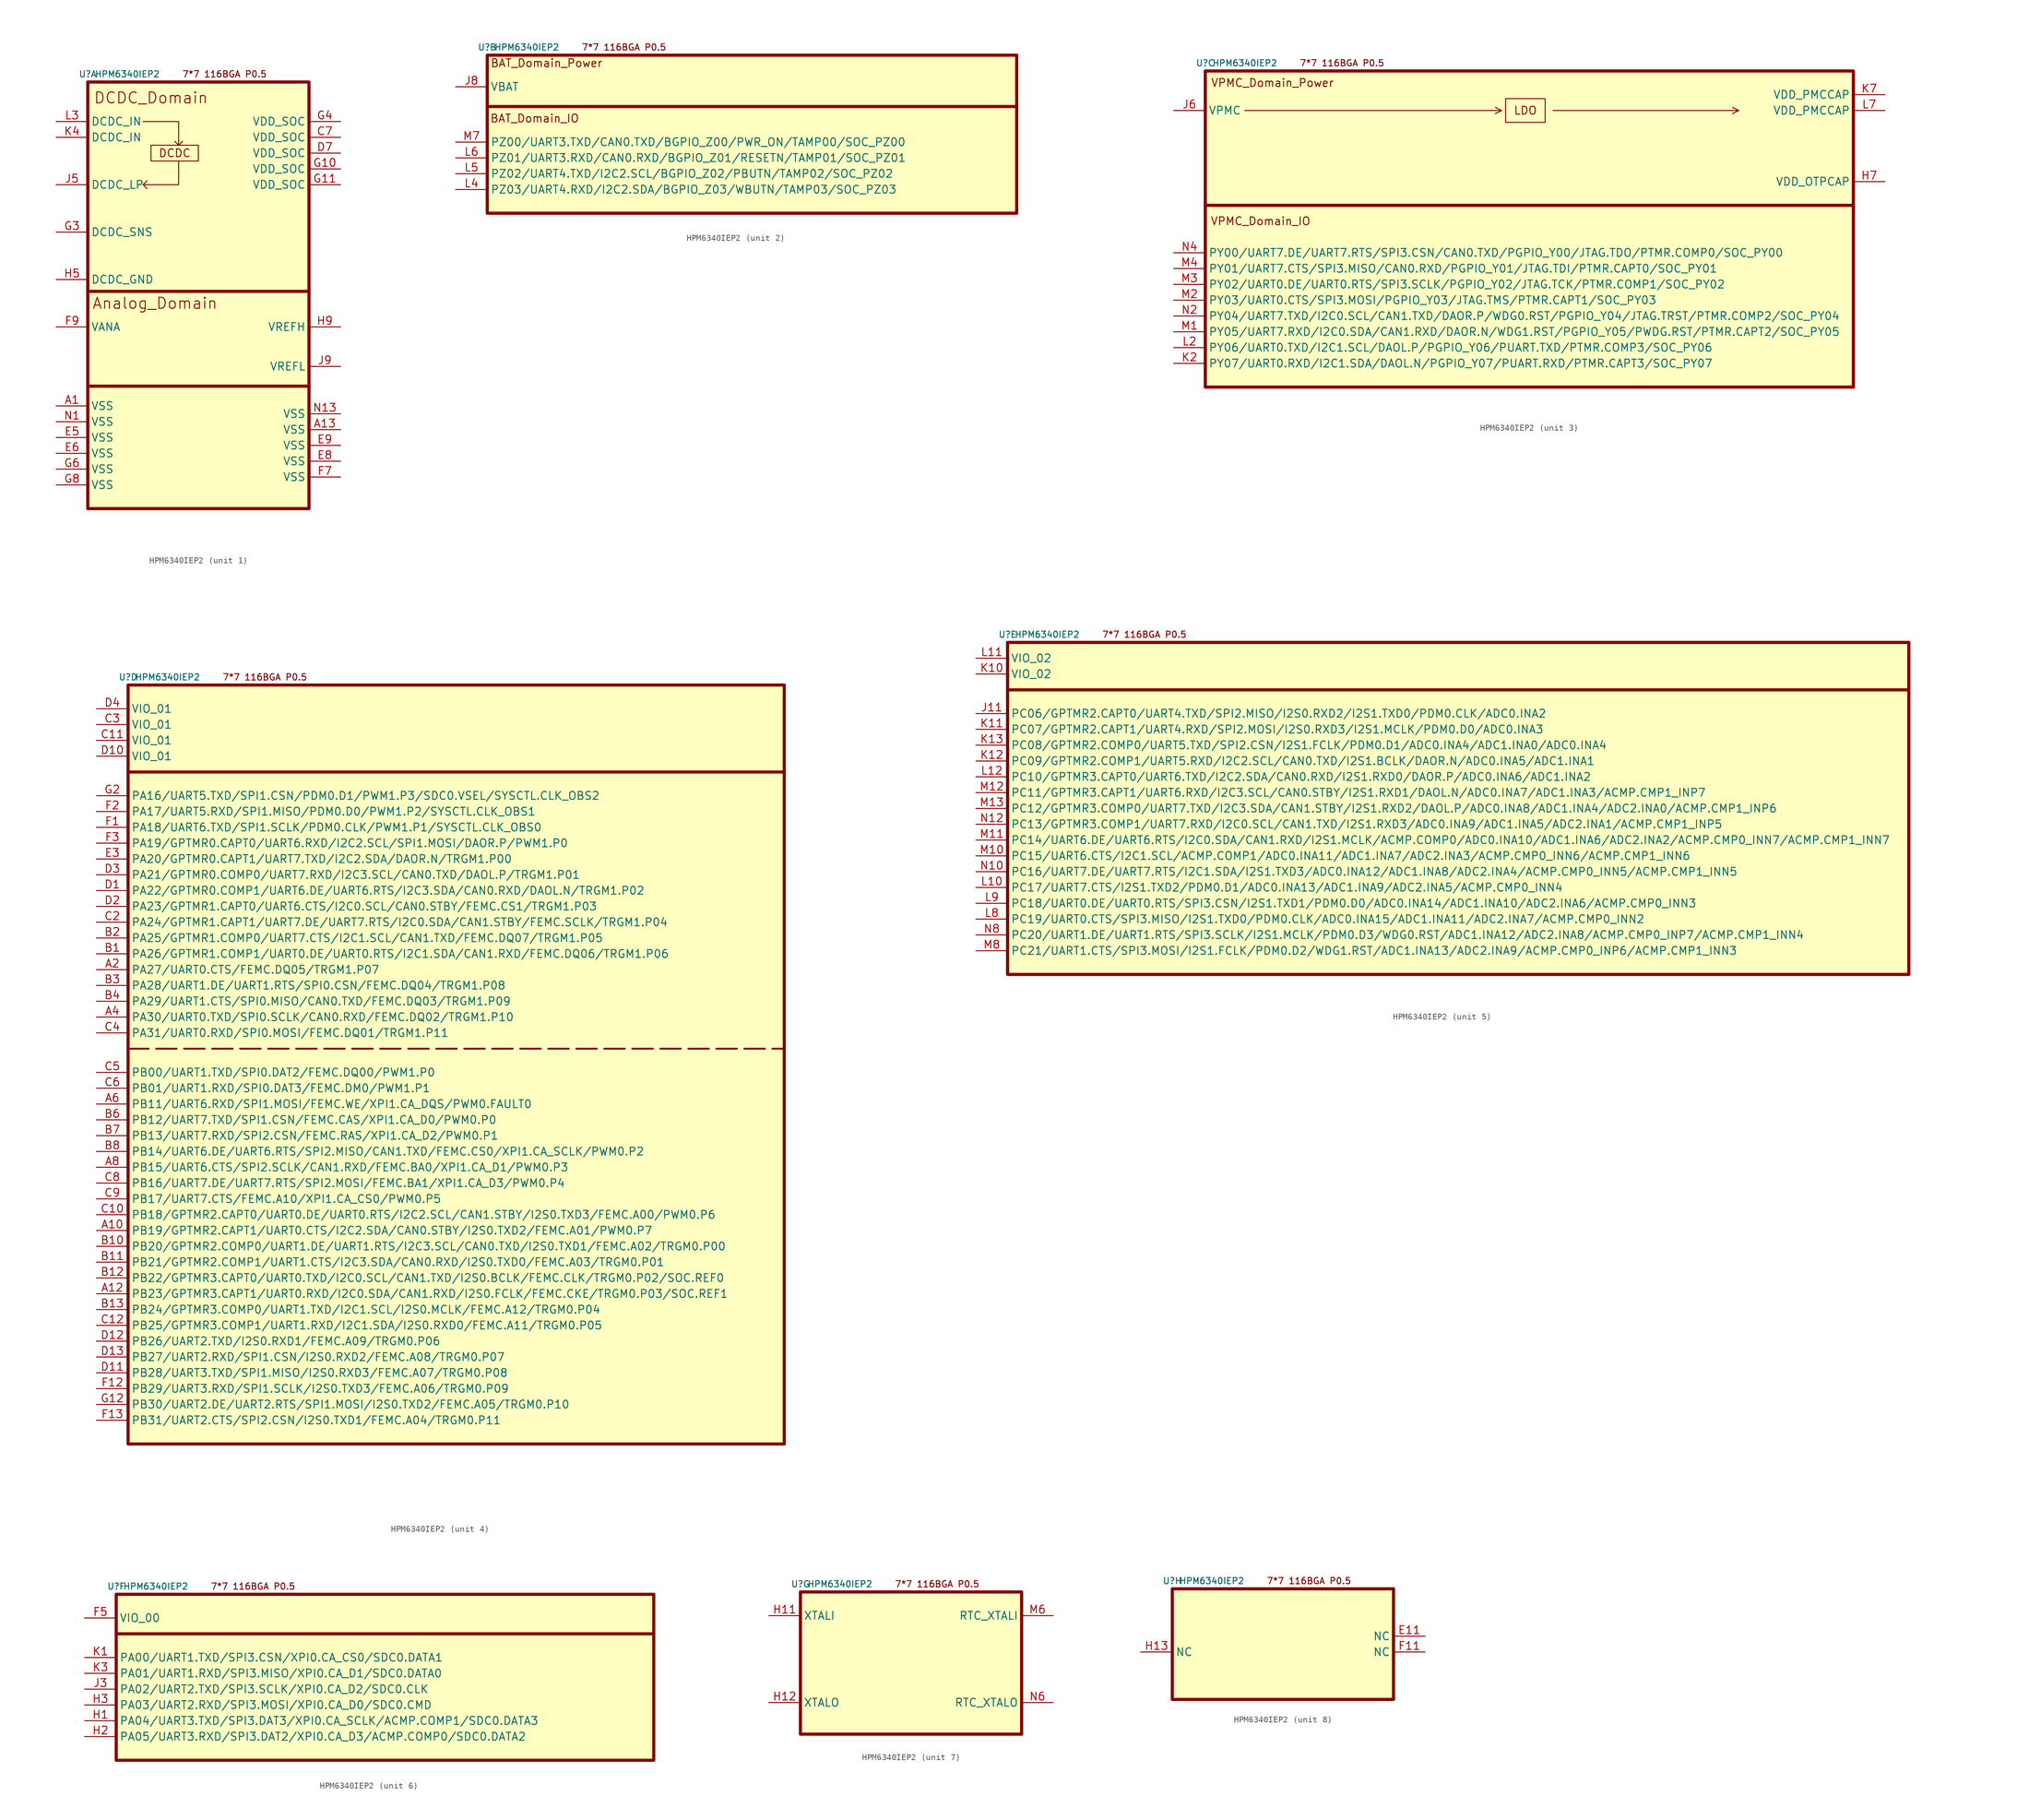
<source format=kicad_sym>
(kicad_symbol_lib
  (version 20220914)
  (generator kicad_symbol_editor)
  (symbol "HPM6340IEP2"
    (property "Reference" "U"
      (at 0 1.27 0)
      (effects (font (size 1 1))))
    (property "Value" "HPM6340IEP2"
      (at 6.35 1.27 0)
      (effects (font (size 1 1))))
    (property "ki_locked" ""
      (at 0 0 0)
      (effects (font (size 1.27 1.27))))
    (symbol "HPM6340IEP2_0_0"
      (text " 7*7 116BGA P0.5" (at 21.59 1.27 0) (effects (font (size 1.016 1.016)))))
    (symbol "HPM6340IEP2_1_1"
      (polyline (pts (xy 0 -48.895) (xy 35.56 -48.895)) (stroke (width 0.508) (type default)) (fill (type none)))
      (polyline (pts (xy 0 -33.655) (xy 35.56 -33.655) (xy 35.56 -33.655)) (stroke (width 0.508) (type default)) (fill (type none)))
      (polyline (pts (xy 8.89 -6.35) (xy 14.605 -6.35) (xy 14.605 -10.16) (xy 13.97 -9.525) (xy 14.605 -10.16) (xy 15.24 -9.525)) (stroke (width 0) (type default)) (fill (type none)))
      (polyline (pts (xy 14.605 -12.7) (xy 14.605 -16.51) (xy 8.89 -16.51) (xy 9.525 -15.875) (xy 8.89 -16.51) (xy 9.525 -17.145)) (stroke (width 0) (type default)) (fill (type none)))
      (rectangle (start 0 0) (end 35.56 -68.58) (stroke (width 0.508) (type default)) (fill (type background)))
      (rectangle (start 10.16 -10.16) (end 17.78 -12.7) (stroke (width 0) (type default)) (fill (type none)))
      (text "Analog_Domain" (at 10.795 -35.56 0) (effects (font (size 1.778 1.778))))
      (text "DCDC" (at 13.97 -11.43 0) (effects (font (size 1.27 1.27))))
      (text "DCDC_Domain" (at 10.16 -2.54 0) (effects (font (size 1.778 1.778))))
      (pin power_out line (at -5.08 -52.07 0) (length 5.08) (name "VSS" (effects (font (size 1.27 1.27)))) (number "A1" (effects (font (size 1.27 1.27)))))
      (pin power_out line (at 40.64 -55.88 180) (length 5.08) (name "VSS" (effects (font (size 1.27 1.27)))) (number "A13" (effects (font (size 1.27 1.27)))))
      (pin power_in line (at 40.64 -8.89 180) (length 5.08) (name "VDD_SOC" (effects (font (size 1.27 1.27)))) (number "C7" (effects (font (size 1.27 1.27)))))
      (pin power_in line (at 40.64 -11.43 180) (length 5.08) (name "VDD_SOC" (effects (font (size 1.27 1.27)))) (number "D7" (effects (font (size 1.27 1.27)))))
      (pin power_out line (at -5.08 -57.15 0) (length 5.08) (name "VSS" (effects (font (size 1.27 1.27)))) (number "E5" (effects (font (size 1.27 1.27)))))
      (pin power_out line (at -5.08 -59.69 0) (length 5.08) (name "VSS" (effects (font (size 1.27 1.27)))) (number "E6" (effects (font (size 1.27 1.27)))))
      (pin power_out line (at 40.64 -60.96 180) (length 5.08) (name "VSS" (effects (font (size 1.27 1.27)))) (number "E8" (effects (font (size 1.27 1.27)))))
      (pin power_out line (at 40.64 -58.42 180) (length 5.08) (name "VSS" (effects (font (size 1.27 1.27)))) (number "E9" (effects (font (size 1.27 1.27)))))
      (pin power_out line (at 40.64 -63.5 180) (length 5.08) (name "VSS" (effects (font (size 1.27 1.27)))) (number "F7" (effects (font (size 1.27 1.27)))))
      (pin power_in line (at -5.08 -39.37 0) (length 5.08) (name "VANA" (effects (font (size 1.27 1.27)))) (number "F9" (effects (font (size 1.27 1.27)))))
      (pin power_in line (at 40.64 -13.97 180) (length 5.08) (name "VDD_SOC" (effects (font (size 1.27 1.27)))) (number "G10" (effects (font (size 1.27 1.27)))))
      (pin power_in line (at 40.64 -16.51 180) (length 5.08) (name "VDD_SOC" (effects (font (size 1.27 1.27)))) (number "G11" (effects (font (size 1.27 1.27)))))
      (pin input line (at -5.08 -24.13 0) (length 5.08) (name "DCDC_SNS" (effects (font (size 1.27 1.27)))) (number "G3" (effects (font (size 1.27 1.27)))))
      (pin power_in line (at 40.64 -6.35 180) (length 5.08) (name "VDD_SOC" (effects (font (size 1.27 1.27)))) (number "G4" (effects (font (size 1.27 1.27)))))
      (pin power_out line (at -5.08 -62.23 0) (length 5.08) (name "VSS" (effects (font (size 1.27 1.27)))) (number "G6" (effects (font (size 1.27 1.27)))))
      (pin power_out line (at -5.08 -64.77 0) (length 5.08) (name "VSS" (effects (font (size 1.27 1.27)))) (number "G8" (effects (font (size 1.27 1.27)))))
      (pin power_out line (at -5.08 -31.75 0) (length 5.08) (name "DCDC_GND" (effects (font (size 1.27 1.27)))) (number "H5" (effects (font (size 1.27 1.27)))))
      (pin power_in line (at 40.64 -39.37 180) (length 5.08) (name "VREFH" (effects (font (size 1.27 1.27)))) (number "H9" (effects (font (size 1.27 1.27)))))
      (pin power_out line (at -5.08 -16.51 0) (length 5.08) (name "DCDC_LP" (effects (font (size 1.27 1.27)))) (number "J5" (effects (font (size 1.27 1.27)))))
      (pin power_out line (at 40.64 -45.72 180) (length 5.08) (name "VREFL" (effects (font (size 1.27 1.27)))) (number "J9" (effects (font (size 1.27 1.27)))))
      (pin power_in line (at -5.08 -8.89 0) (length 5.08) (name "DCDC_IN" (effects (font (size 1.27 1.27)))) (number "K4" (effects (font (size 1.27 1.27)))))
      (pin power_in line (at -5.08 -6.35 0) (length 5.08) (name "DCDC_IN" (effects (font (size 1.27 1.27)))) (number "L3" (effects (font (size 1.27 1.27)))))
      (pin power_out line (at -5.08 -54.61 0) (length 5.08) (name "VSS" (effects (font (size 1.27 1.27)))) (number "N1" (effects (font (size 1.27 1.27)))))
      (pin power_out line (at 40.64 -53.34 180) (length 5.08) (name "VSS" (effects (font (size 1.27 1.27)))) (number "N13" (effects (font (size 1.27 1.27))))))
    (symbol "HPM6340IEP2_2_0"
      (polyline (pts (xy 0 -8.255) (xy 85.09 -8.255) (xy 74.295 -8.255)) (stroke (width 0.508) (type default)) (fill (type none))))
    (symbol "HPM6340IEP2_2_1"
      (rectangle (start 0 0) (end 85.09 -25.4) (stroke (width 0.508) (type default)) (fill (type background)))
      (text "BAT_Domain_IO" (at 7.62 -10.16 0) (effects (font (size 1.27 1.27))))
      (text "BAT_Domain_Power" (at 9.525 -1.27 0) (effects (font (size 1.27 1.27))))
      (pin power_in line (at -5.08 -5.08 0) (length 5.08) (name "VBAT" (effects (font (size 1.27 1.27)))) (number "J8" (effects (font (size 1.27 1.27)))))
      (pin bidirectional line (at -5.08 -21.59 0) (length 5.08) (name "PZ03/UART4.RXD/I2C2.SDA/BGPIO_Z03/WBUTN/TAMP03/SOC_PZ03" (effects (font (size 1.27 1.27)))) (number "L4" (effects (font (size 1.27 1.27)))))
      (pin bidirectional line (at -5.08 -19.05 0) (length 5.08) (name "PZ02/UART4.TXD/I2C2.SCL/BGPIO_Z02/PBUTN/TAMP02/SOC_PZ02" (effects (font (size 1.27 1.27)))) (number "L5" (effects (font (size 1.27 1.27)))))
      (pin bidirectional line (at -5.08 -16.51 0) (length 5.08) (name "PZ01/UART3.RXD/CAN0.RXD/BGPIO_Z01/RESETN/TAMP01/SOC_PZ01" (effects (font (size 1.27 1.27)))) (number "L6" (effects (font (size 1.27 1.27)))))
      (pin bidirectional line (at -5.08 -13.97 0) (length 5.08) (name "PZ00/UART3.TXD/CAN0.TXD/BGPIO_Z00/PWR_ON/TAMP00/SOC_PZ00" (effects (font (size 1.27 1.27)))) (number "M7" (effects (font (size 1.27 1.27))))))
    (symbol "HPM6340IEP2_3_0"
      (polyline (pts (xy 0 -21.59) (xy 104.14 -21.59) (xy 57.785 -21.59)) (stroke (width 0.508) (type default)) (fill (type none)))
      (polyline (pts (xy 6.35 -6.35) (xy 47.625 -6.35) (xy 46.609 -5.842) (xy 47.625 -6.35) (xy 46.609 -6.858)) (stroke (width 0) (type default)) (fill (type none)))
      (polyline (pts (xy 55.88 -6.35) (xy 85.725 -6.35) (xy 84.709 -5.842) (xy 85.725 -6.35) (xy 84.709 -6.858)) (stroke (width 0) (type default)) (fill (type none))))
    (symbol "HPM6340IEP2_3_1"
      (rectangle (start 0 0) (end 104.14 -50.8) (stroke (width 0.508) (type default)) (fill (type background)))
      (rectangle (start 48.26 -4.445) (end 54.61 -8.255) (stroke (width 0) (type default)) (fill (type none)))
      (text "LDO" (at 51.435 -6.35 0) (effects (font (size 1.27 1.27))))
      (text "VPMC_Domain_IO" (at 8.89 -24.13 0) (effects (font (size 1.27 1.27))))
      (text "VPMC_Domain_Power" (at 10.795 -1.905 0) (effects (font (size 1.27 1.27))))
      (pin power_out line (at 109.22 -17.78 180) (length 5.08) (name "VDD_OTPCAP" (effects (font (size 1.27 1.27)))) (number "H7" (effects (font (size 1.27 1.27)))))
      (pin power_in line (at -5.08 -6.35 0) (length 5.08) (name "VPMC" (effects (font (size 1.27 1.27)))) (number "J6" (effects (font (size 1.27 1.27)))))
      (pin bidirectional line (at -5.08 -46.99 0) (length 5.08) (name "PY07/UART0.RXD/I2C1.SDA/DAOL.N/PGPIO_Y07/PUART.RXD/PTMR.CAPT3/SOC_PY07" (effects (font (size 1.27 1.27)))) (number "K2" (effects (font (size 1.27 1.27)))))
      (pin power_out line (at 109.22 -3.81 180) (length 5.08) (name "VDD_PMCCAP" (effects (font (size 1.27 1.27)))) (number "K7" (effects (font (size 1.27 1.27)))))
      (pin bidirectional line (at -5.08 -44.45 0) (length 5.08) (name "PY06/UART0.TXD/I2C1.SCL/DAOL.P/PGPIO_Y06/PUART.TXD/PTMR.COMP3/SOC_PY06" (effects (font (size 1.27 1.27)))) (number "L2" (effects (font (size 1.27 1.27)))))
      (pin power_out line (at 109.22 -6.35 180) (length 5.08) (name "VDD_PMCCAP" (effects (font (size 1.27 1.27)))) (number "L7" (effects (font (size 1.27 1.27)))))
      (pin bidirectional line (at -5.08 -41.91 0) (length 5.08) (name "PY05/UART7.RXD/I2C0.SDA/CAN1.RXD/DAOR.N/WDG1.RST/PGPIO_Y05/PWDG.RST/PTMR.CAPT2/SOC_PY05" (effects (font (size 1.27 1.27)))) (number "M1" (effects (font (size 1.27 1.27)))))
      (pin bidirectional line (at -5.08 -36.83 0) (length 5.08) (name "PY03/UART0.CTS/SPI3.MOSI/PGPIO_Y03/JTAG.TMS/PTMR.CAPT1/SOC_PY03" (effects (font (size 1.27 1.27)))) (number "M2" (effects (font (size 1.27 1.27)))))
      (pin bidirectional line (at -5.08 -34.29 0) (length 5.08) (name "PY02/UART0.DE/UART0.RTS/SPI3.SCLK/PGPIO_Y02/JTAG.TCK/PTMR.COMP1/SOC_PY02" (effects (font (size 1.27 1.27)))) (number "M3" (effects (font (size 1.27 1.27)))))
      (pin bidirectional line (at -5.08 -31.75 0) (length 5.08) (name "PY01/UART7.CTS/SPI3.MISO/CAN0.RXD/PGPIO_Y01/JTAG.TDI/PTMR.CAPT0/SOC_PY01" (effects (font (size 1.27 1.27)))) (number "M4" (effects (font (size 1.27 1.27)))))
      (pin bidirectional line (at -5.08 -39.37 0) (length 5.08) (name "PY04/UART7.TXD/I2C0.SCL/CAN1.TXD/DAOR.P/WDG0.RST/PGPIO_Y04/JTAG.TRST/PTMR.COMP2/SOC_PY04" (effects (font (size 1.27 1.27)))) (number "N2" (effects (font (size 1.27 1.27)))))
      (pin bidirectional line (at -5.08 -29.21 0) (length 5.08) (name "PY00/UART7.DE/UART7.RTS/SPI3.CSN/CAN0.TXD/PGPIO_Y00/JTAG.TDO/PTMR.COMP0/SOC_PY00" (effects (font (size 1.27 1.27)))) (number "N4" (effects (font (size 1.27 1.27))))))
    (symbol "HPM6340IEP2_4_0"
      (polyline (pts (xy 0 -13.97) (xy 105.41 -13.97)) (stroke (width 0.5) (type default)) (fill (type none))))
    (symbol "HPM6340IEP2_4_1"
      (polyline (pts (xy 0 -58.42) (xy 105.41 -58.42)) (stroke (width 0.3) (type dash)) (fill (type none)))
      (rectangle (start 0 0) (end 105.41 -121.92) (stroke (width 0.5) (type default)) (fill (type background)))
      (pin bidirectional line (at -5.08 -87.63 0) (length 5.08) (name "PB19/GPTMR2.CAPT1/UART0.CTS/I2C2.SDA/CAN0.STBY/I2S0.TXD2/FEMC.A01/PWM0.P7" (effects (font (size 1.27 1.27)))) (number "A10" (effects (font (size 1.27 1.27)))))
      (pin bidirectional line (at -5.08 -97.79 0) (length 5.08) (name "PB23/GPTMR3.CAPT1/UART0.RXD/I2C0.SDA/CAN1.RXD/I2S0.FCLK/FEMC.CKE/TRGM0.P03/SOC.REF1" (effects (font (size 1.27 1.27)))) (number "A12" (effects (font (size 1.27 1.27)))))
      (pin bidirectional line (at -5.08 -45.72 0) (length 5.08) (name "PA27/UART0.CTS/FEMC.DQ05/TRGM1.P07" (effects (font (size 1.27 1.27)))) (number "A2" (effects (font (size 1.27 1.27)))))
      (pin bidirectional line (at -5.08 -53.34 0) (length 5.08) (name "PA30/UART0.TXD/SPI0.SCLK/CAN0.RXD/FEMC.DQ02/TRGM1.P10" (effects (font (size 1.27 1.27)))) (number "A4" (effects (font (size 1.27 1.27)))))
      (pin bidirectional line (at -5.08 -67.31 0) (length 5.08) (name "PB11/UART6.RXD/SPI1.MOSI/FEMC.WE/XPI1.CA_DQS/PWM0.FAULT0" (effects (font (size 1.27 1.27)))) (number "A6" (effects (font (size 1.27 1.27)))))
      (pin bidirectional line (at -5.08 -77.47 0) (length 5.08) (name "PB15/UART6.CTS/SPI2.SCLK/CAN1.RXD/FEMC.BA0/XPI1.CA_D1/PWM0.P3" (effects (font (size 1.27 1.27)))) (number "A8" (effects (font (size 1.27 1.27)))))
      (pin bidirectional line (at -5.08 -43.18 0) (length 5.08) (name "PA26/GPTMR1.COMP1/UART0.DE/UART0.RTS/I2C1.SDA/CAN1.RXD/FEMC.DQ06/TRGM1.P06" (effects (font (size 1.27 1.27)))) (number "B1" (effects (font (size 1.27 1.27)))))
      (pin bidirectional line (at -5.08 -90.17 0) (length 5.08) (name "PB20/GPTMR2.COMP0/UART1.DE/UART1.RTS/I2C3.SCL/CAN0.TXD/I2S0.TXD1/FEMC.A02/TRGM0.P00" (effects (font (size 1.27 1.27)))) (number "B10" (effects (font (size 1.27 1.27)))))
      (pin bidirectional line (at -5.08 -92.71 0) (length 5.08) (name "PB21/GPTMR2.COMP1/UART1.CTS/I2C3.SDA/CAN0.RXD/I2S0.TXD0/FEMC.A03/TRGM0.P01" (effects (font (size 1.27 1.27)))) (number "B11" (effects (font (size 1.27 1.27)))))
      (pin bidirectional line (at -5.08 -95.25 0) (length 5.08) (name "PB22/GPTMR3.CAPT0/UART0.TXD/I2C0.SCL/CAN1.TXD/I2S0.BCLK/FEMC.CLK/TRGM0.P02/SOC.REF0" (effects (font (size 1.27 1.27)))) (number "B12" (effects (font (size 1.27 1.27)))))
      (pin bidirectional line (at -5.08 -100.33 0) (length 5.08) (name "PB24/GPTMR3.COMP0/UART1.TXD/I2C1.SCL/I2S0.MCLK/FEMC.A12/TRGM0.P04" (effects (font (size 1.27 1.27)))) (number "B13" (effects (font (size 1.27 1.27)))))
      (pin bidirectional line (at -5.08 -40.64 0) (length 5.08) (name "PA25/GPTMR1.COMP0/UART7.CTS/I2C1.SCL/CAN1.TXD/FEMC.DQ07/TRGM1.P05" (effects (font (size 1.27 1.27)))) (number "B2" (effects (font (size 1.27 1.27)))))
      (pin bidirectional line (at -5.08 -48.26 0) (length 5.08) (name "PA28/UART1.DE/UART1.RTS/SPI0.CSN/FEMC.DQ04/TRGM1.P08" (effects (font (size 1.27 1.27)))) (number "B3" (effects (font (size 1.27 1.27)))))
      (pin bidirectional line (at -5.08 -50.8 0) (length 5.08) (name "PA29/UART1.CTS/SPI0.MISO/CAN0.TXD/FEMC.DQ03/TRGM1.P09" (effects (font (size 1.27 1.27)))) (number "B4" (effects (font (size 1.27 1.27)))))
      (pin bidirectional line (at -5.08 -69.85 0) (length 5.08) (name "PB12/UART7.TXD/SPI1.CSN/FEMC.CAS/XPI1.CA_D0/PWM0.P0" (effects (font (size 1.27 1.27)))) (number "B6" (effects (font (size 1.27 1.27)))))
      (pin bidirectional line (at -5.08 -72.39 0) (length 5.08) (name "PB13/UART7.RXD/SPI2.CSN/FEMC.RAS/XPI1.CA_D2/PWM0.P1" (effects (font (size 1.27 1.27)))) (number "B7" (effects (font (size 1.27 1.27)))))
      (pin bidirectional line (at -5.08 -74.93 0) (length 5.08) (name "PB14/UART6.DE/UART6.RTS/SPI2.MISO/CAN1.TXD/FEMC.CS0/XPI1.CA_SCLK/PWM0.P2" (effects (font (size 1.27 1.27)))) (number "B8" (effects (font (size 1.27 1.27)))))
      (pin bidirectional line (at -5.08 -85.09 0) (length 5.08) (name "PB18/GPTMR2.CAPT0/UART0.DE/UART0.RTS/I2C2.SCL/CAN1.STBY/I2S0.TXD3/FEMC.A00/PWM0.P6" (effects (font (size 1.27 1.27)))) (number "C10" (effects (font (size 1.27 1.27)))))
      (pin power_in line (at -5.08 -8.89 0) (length 5.08) (name "VIO_01" (effects (font (size 1.27 1.27)))) (number "C11" (effects (font (size 1.27 1.27)))))
      (pin bidirectional line (at -5.08 -102.87 0) (length 5.08) (name "PB25/GPTMR3.COMP1/UART1.RXD/I2C1.SDA/I2S0.RXD0/FEMC.A11/TRGM0.P05" (effects (font (size 1.27 1.27)))) (number "C12" (effects (font (size 1.27 1.27)))))
      (pin bidirectional line (at -5.08 -38.1 0) (length 5.08) (name "PA24/GPTMR1.CAPT1/UART7.DE/UART7.RTS/I2C0.SDA/CAN1.STBY/FEMC.SCLK/TRGM1.P04" (effects (font (size 1.27 1.27)))) (number "C2" (effects (font (size 1.27 1.27)))))
      (pin power_in line (at -5.08 -6.35 0) (length 5.08) (name "VIO_01" (effects (font (size 1.27 1.27)))) (number "C3" (effects (font (size 1.27 1.27)))))
      (pin bidirectional line (at -5.08 -55.88 0) (length 5.08) (name "PA31/UART0.RXD/SPI0.MOSI/FEMC.DQ01/TRGM1.P11" (effects (font (size 1.27 1.27)))) (number "C4" (effects (font (size 1.27 1.27)))))
      (pin bidirectional line (at -5.08 -62.23 0) (length 5.08) (name "PB00/UART1.TXD/SPI0.DAT2/FEMC.DQ00/PWM1.P0" (effects (font (size 1.27 1.27)))) (number "C5" (effects (font (size 1.27 1.27)))))
      (pin bidirectional line (at -5.08 -64.77 0) (length 5.08) (name "PB01/UART1.RXD/SPI0.DAT3/FEMC.DM0/PWM1.P1" (effects (font (size 1.27 1.27)))) (number "C6" (effects (font (size 1.27 1.27)))))
      (pin bidirectional line (at -5.08 -80.01 0) (length 5.08) (name "PB16/UART7.DE/UART7.RTS/SPI2.MOSI/FEMC.BA1/XPI1.CA_D3/PWM0.P4" (effects (font (size 1.27 1.27)))) (number "C8" (effects (font (size 1.27 1.27)))))
      (pin bidirectional line (at -5.08 -82.55 0) (length 5.08) (name "PB17/UART7.CTS/FEMC.A10/XPI1.CA_CS0/PWM0.P5" (effects (font (size 1.27 1.27)))) (number "C9" (effects (font (size 1.27 1.27)))))
      (pin bidirectional line (at -5.08 -33.02 0) (length 5.08) (name "PA22/GPTMR0.COMP1/UART6.DE/UART6.RTS/I2C3.SDA/CAN0.RXD/DAOL.N/TRGM1.P02" (effects (font (size 1.27 1.27)))) (number "D1" (effects (font (size 1.27 1.27)))))
      (pin power_in line (at -5.08 -11.43 0) (length 5.08) (name "VIO_01" (effects (font (size 1.27 1.27)))) (number "D10" (effects (font (size 1.27 1.27)))))
      (pin bidirectional line (at -5.08 -110.49 0) (length 5.08) (name "PB28/UART3.TXD/SPI1.MISO/I2S0.RXD3/FEMC.A07/TRGM0.P08" (effects (font (size 1.27 1.27)))) (number "D11" (effects (font (size 1.27 1.27)))))
      (pin bidirectional line (at -5.08 -105.41 0) (length 5.08) (name "PB26/UART2.TXD/I2S0.RXD1/FEMC.A09/TRGM0.P06" (effects (font (size 1.27 1.27)))) (number "D12" (effects (font (size 1.27 1.27)))))
      (pin bidirectional line (at -5.08 -107.95 0) (length 5.08) (name "PB27/UART2.RXD/SPI1.CSN/I2S0.RXD2/FEMC.A08/TRGM0.P07" (effects (font (size 1.27 1.27)))) (number "D13" (effects (font (size 1.27 1.27)))))
      (pin bidirectional line (at -5.08 -35.56 0) (length 5.08) (name "PA23/GPTMR1.CAPT0/UART6.CTS/I2C0.SCL/CAN0.STBY/FEMC.CS1/TRGM1.P03" (effects (font (size 1.27 1.27)))) (number "D2" (effects (font (size 1.27 1.27)))))
      (pin bidirectional line (at -5.08 -30.48 0) (length 5.08) (name "PA21/GPTMR0.COMP0/UART7.RXD/I2C3.SCL/CAN0.TXD/DAOL.P/TRGM1.P01" (effects (font (size 1.27 1.27)))) (number "D3" (effects (font (size 1.27 1.27)))))
      (pin power_in line (at -5.08 -3.81 0) (length 5.08) (name "VIO_01" (effects (font (size 1.27 1.27)))) (number "D4" (effects (font (size 1.27 1.27)))))
      (pin bidirectional line (at -5.08 -27.94 0) (length 5.08) (name "PA20/GPTMR0.CAPT1/UART7.TXD/I2C2.SDA/DAOR.N/TRGM1.P00" (effects (font (size 1.27 1.27)))) (number "E3" (effects (font (size 1.27 1.27)))))
      (pin bidirectional line (at -5.08 -22.86 0) (length 5.08) (name "PA18/UART6.TXD/SPI1.SCLK/PDM0.CLK/PWM1.P1/SYSCTL.CLK_OBS0" (effects (font (size 1.27 1.27)))) (number "F1" (effects (font (size 1.27 1.27)))))
      (pin bidirectional line (at -5.08 -113.03 0) (length 5.08) (name "PB29/UART3.RXD/SPI1.SCLK/I2S0.TXD3/FEMC.A06/TRGM0.P09" (effects (font (size 1.27 1.27)))) (number "F12" (effects (font (size 1.27 1.27)))))
      (pin bidirectional line (at -5.08 -118.11 0) (length 5.08) (name "PB31/UART2.CTS/SPI2.CSN/I2S0.TXD1/FEMC.A04/TRGM0.P11" (effects (font (size 1.27 1.27)))) (number "F13" (effects (font (size 1.27 1.27)))))
      (pin bidirectional line (at -5.08 -20.32 0) (length 5.08) (name "PA17/UART5.RXD/SPI1.MISO/PDM0.D0/PWM1.P2/SYSCTL.CLK_OBS1" (effects (font (size 1.27 1.27)))) (number "F2" (effects (font (size 1.27 1.27)))))
      (pin bidirectional line (at -5.08 -25.4 0) (length 5.08) (name "PA19/GPTMR0.CAPT0/UART6.RXD/I2C2.SCL/SPI1.MOSI/DAOR.P/PWM1.P0" (effects (font (size 1.27 1.27)))) (number "F3" (effects (font (size 1.27 1.27)))))
      (pin bidirectional line (at -5.08 -115.57 0) (length 5.08) (name "PB30/UART2.DE/UART2.RTS/SPI1.MOSI/I2S0.TXD2/FEMC.A05/TRGM0.P10" (effects (font (size 1.27 1.27)))) (number "G12" (effects (font (size 1.27 1.27)))))
      (pin bidirectional line (at -5.08 -17.78 0) (length 5.08) (name "PA16/UART5.TXD/SPI1.CSN/PDM0.D1/PWM1.P3/SDC0.VSEL/SYSCTL.CLK_OBS2" (effects (font (size 1.27 1.27)))) (number "G2" (effects (font (size 1.27 1.27))))))
    (symbol "HPM6340IEP2_5_0"
      (polyline (pts (xy 0 -7.62) (xy 144.78 -7.62)) (stroke (width 0.5) (type default)) (fill (type none))))
    (symbol "HPM6340IEP2_5_1"
      (rectangle (start 0 0) (end 144.78 -53.34) (stroke (width 0.508) (type default)) (fill (type background)))
      (pin bidirectional line (at -5.08 -11.43 0) (length 5.08) (name "PC06/GPTMR2.CAPT0/UART4.TXD/SPI2.MISO/I2S0.RXD2/I2S1.TXD0/PDM0.CLK/ADC0.INA2" (effects (font (size 1.27 1.27)))) (number "J11" (effects (font (size 1.27 1.27)))))
      (pin power_in line (at -5.08 -5.08 0) (length 5.08) (name "VIO_02" (effects (font (size 1.27 1.27)))) (number "K10" (effects (font (size 1.27 1.27)))))
      (pin bidirectional line (at -5.08 -13.97 0) (length 5.08) (name "PC07/GPTMR2.CAPT1/UART4.RXD/SPI2.MOSI/I2S0.RXD3/I2S1.MCLK/PDM0.D0/ADC0.INA3" (effects (font (size 1.27 1.27)))) (number "K11" (effects (font (size 1.27 1.27)))))
      (pin bidirectional line (at -5.08 -19.05 0) (length 5.08) (name "PC09/GPTMR2.COMP1/UART5.RXD/I2C2.SCL/CAN0.TXD/I2S1.BCLK/DAOR.N/ADC0.INA5/ADC1.INA1" (effects (font (size 1.27 1.27)))) (number "K12" (effects (font (size 1.27 1.27)))))
      (pin bidirectional line (at -5.08 -16.51 0) (length 5.08) (name "PC08/GPTMR2.COMP0/UART5.TXD/SPI2.CSN/I2S1.FCLK/PDM0.D1/ADC0.INA4/ADC1.INA0/ADC0.INA4" (effects (font (size 1.27 1.27)))) (number "K13" (effects (font (size 1.27 1.27)))))
      (pin bidirectional line (at -5.08 -39.37 0) (length 5.08) (name "PC17/UART7.CTS/I2S1.TXD2/PDM0.D1/ADC0.INA13/ADC1.INA9/ADC2.INA5/ACMP.CMP0_INN4" (effects (font (size 1.27 1.27)))) (number "L10" (effects (font (size 1.27 1.27)))))
      (pin power_in line (at -5.08 -2.54 0) (length 5.08) (name "VIO_02" (effects (font (size 1.27 1.27)))) (number "L11" (effects (font (size 1.27 1.27)))))
      (pin bidirectional line (at -5.08 -21.59 0) (length 5.08) (name "PC10/GPTMR3.CAPT0/UART6.TXD/I2C2.SDA/CAN0.RXD/I2S1.RXD0/DAOR.P/ADC0.INA6/ADC1.INA2" (effects (font (size 1.27 1.27)))) (number "L12" (effects (font (size 1.27 1.27)))))
      (pin bidirectional line (at -5.08 -44.45 0) (length 5.08) (name "PC19/UART0.CTS/SPI3.MISO/I2S1.TXD0/PDM0.CLK/ADC0.INA15/ADC1.INA11/ADC2.INA7/ACMP.CMP0_INN2" (effects (font (size 1.27 1.27)))) (number "L8" (effects (font (size 1.27 1.27)))))
      (pin bidirectional line (at -5.08 -41.91 0) (length 5.08) (name "PC18/UART0.DE/UART0.RTS/SPI3.CSN/I2S1.TXD1/PDM0.D0/ADC0.INA14/ADC1.INA10/ADC2.INA6/ACMP.CMP0_INN3" (effects (font (size 1.27 1.27)))) (number "L9" (effects (font (size 1.27 1.27)))))
      (pin bidirectional line (at -5.08 -34.29 0) (length 5.08) (name "PC15/UART6.CTS/I2C1.SCL/ACMP.COMP1/ADC0.INA11/ADC1.INA7/ADC2.INA3/ACMP.CMP0_INN6/ACMP.CMP1_INN6" (effects (font (size 1.27 1.27)))) (number "M10" (effects (font (size 1.27 1.27)))))
      (pin bidirectional line (at -5.08 -31.75 0) (length 5.08) (name "PC14/UART6.DE/UART6.RTS/I2C0.SDA/CAN1.RXD/I2S1.MCLK/ACMP.COMP0/ADC0.INA10/ADC1.INA6/ADC2.INA2/ACMP.CMP0_INN7/ACMP.CMP1_INN7" (effects (font (size 1.27 1.27)))) (number "M11" (effects (font (size 1.27 1.27)))))
      (pin bidirectional line (at -5.08 -24.13 0) (length 5.08) (name "PC11/GPTMR3.CAPT1/UART6.RXD/I2C3.SCL/CAN0.STBY/I2S1.RXD1/DAOL.N/ADC0.INA7/ADC1.INA3/ACMP.CMP1_INP7" (effects (font (size 1.27 1.27)))) (number "M12" (effects (font (size 1.27 1.27)))))
      (pin bidirectional line (at -5.08 -26.67 0) (length 5.08) (name "PC12/GPTMR3.COMP0/UART7.TXD/I2C3.SDA/CAN1.STBY/I2S1.RXD2/DAOL.P/ADC0.INA8/ADC1.INA4/ADC2.INA0/ACMP.CMP1_INP6" (effects (font (size 1.27 1.27)))) (number "M13" (effects (font (size 1.27 1.27)))))
      (pin bidirectional line (at -5.08 -49.53 0) (length 5.08) (name "PC21/UART1.CTS/SPI3.MOSI/I2S1.FCLK/PDM0.D2/WDG1.RST/ADC1.INA13/ADC2.INA9/ACMP.CMP0_INP6/ACMP.CMP1_INN3" (effects (font (size 1.27 1.27)))) (number "M8" (effects (font (size 1.27 1.27)))))
      (pin bidirectional line (at -5.08 -36.83 0) (length 5.08) (name "PC16/UART7.DE/UART7.RTS/I2C1.SDA/I2S1.TXD3/ADC0.INA12/ADC1.INA8/ADC2.INA4/ACMP.CMP0_INN5/ACMP.CMP1_INN5" (effects (font (size 1.27 1.27)))) (number "N10" (effects (font (size 1.27 1.27)))))
      (pin bidirectional line (at -5.08 -29.21 0) (length 5.08) (name "PC13/GPTMR3.COMP1/UART7.RXD/I2C0.SCL/CAN1.TXD/I2S1.RXD3/ADC0.INA9/ADC1.INA5/ADC2.INA1/ACMP.CMP1_INP5" (effects (font (size 1.27 1.27)))) (number "N12" (effects (font (size 1.27 1.27)))))
      (pin bidirectional line (at -5.08 -46.99 0) (length 5.08) (name "PC20/UART1.DE/UART1.RTS/SPI3.SCLK/I2S1.MCLK/PDM0.D3/WDG0.RST/ADC1.INA12/ADC2.INA8/ACMP.CMP0_INP7/ACMP.CMP1_INN4" (effects (font (size 1.27 1.27)))) (number "N8" (effects (font (size 1.27 1.27))))))
    (symbol "HPM6340IEP2_6_0"
      (polyline (pts (xy 0 -6.35) (xy 86.36 -6.35)) (stroke (width 0.5) (type default)) (fill (type none))))
    (symbol "HPM6340IEP2_6_1"
      (rectangle (start 0 0) (end 86.36 -26.67) (stroke (width 0.5) (type default)) (fill (type background)))
      (pin power_in line (at -5.08 -3.81 0) (length 5.08) (name "VIO_00" (effects (font (size 1.27 1.27)))) (number "F5" (effects (font (size 1.27 1.27)))))
      (pin bidirectional line (at -5.08 -20.32 0) (length 5.08) (name "PA04/UART3.TXD/SPI3.DAT3/XPI0.CA_SCLK/ACMP.COMP1/SDC0.DATA3" (effects (font (size 1.27 1.27)))) (number "H1" (effects (font (size 1.27 1.27)))))
      (pin bidirectional line (at -5.08 -22.86 0) (length 5.08) (name "PA05/UART3.RXD/SPI3.DAT2/XPI0.CA_D3/ACMP.COMP0/SDC0.DATA2" (effects (font (size 1.27 1.27)))) (number "H2" (effects (font (size 1.27 1.27)))))
      (pin bidirectional line (at -5.08 -17.78 0) (length 5.08) (name "PA03/UART2.RXD/SPI3.MOSI/XPI0.CA_D0/SDC0.CMD" (effects (font (size 1.27 1.27)))) (number "H3" (effects (font (size 1.27 1.27)))))
      (pin bidirectional line (at -5.08 -15.24 0) (length 5.08) (name "PA02/UART2.TXD/SPI3.SCLK/XPI0.CA_D2/SDC0.CLK" (effects (font (size 1.27 1.27)))) (number "J3" (effects (font (size 1.27 1.27)))))
      (pin bidirectional line (at -5.08 -10.16 0) (length 5.08) (name "PA00/UART1.TXD/SPI3.CSN/XPI0.CA_CS0/SDC0.DATA1" (effects (font (size 1.27 1.27)))) (number "K1" (effects (font (size 1.27 1.27)))))
      (pin bidirectional line (at -5.08 -12.7 0) (length 5.08) (name "PA01/UART1.RXD/SPI3.MISO/XPI0.CA_D1/SDC0.DATA0" (effects (font (size 1.27 1.27)))) (number "K3" (effects (font (size 1.27 1.27))))))
    (symbol "HPM6340IEP2_7_1"
      (rectangle (start 0 0) (end 35.56 -22.86) (stroke (width 0.508) (type default)) (fill (type background)))
      (pin input line (at -5.08 -3.81 0) (length 5.08) (name "XTALI" (effects (font (size 1.27 1.27)))) (number "H11" (effects (font (size 1.27 1.27)))))
      (pin output line (at -5.08 -17.78 0) (length 5.08) (name "XTALO" (effects (font (size 1.27 1.27)))) (number "H12" (effects (font (size 1.27 1.27)))))
      (pin input line (at 40.64 -3.81 180) (length 5.08) (name "RTC_XTALI" (effects (font (size 1.27 1.27)))) (number "M6" (effects (font (size 1.27 1.27)))))
      (pin input line (at 40.64 -17.78 180) (length 5.08) (name "RTC_XTALO" (effects (font (size 1.27 1.27)))) (number "N6" (effects (font (size 1.27 1.27))))))
    (symbol "HPM6340IEP2_8_1"
      (rectangle (start 0 0) (end 35.56 -17.78) (stroke (width 0.508) (type default)) (fill (type background)))
      (pin bidirectional line (at 40.64 -7.62 180) (length 5.08) (name "NC" (effects (font (size 1.27 1.27)))) (number "E11" (effects (font (size 1.27 1.27)))))
      (pin bidirectional line (at 40.64 -10.16 180) (length 5.08) (name "NC" (effects (font (size 1.27 1.27)))) (number "F11" (effects (font (size 1.27 1.27)))))
      (pin power_in line (at -5.08 -10.16 0) (length 5.08) (name "NC" (effects (font (size 1.27 1.27)))) (number "H13" (effects (font (size 1.27 1.27))))))))
</source>
